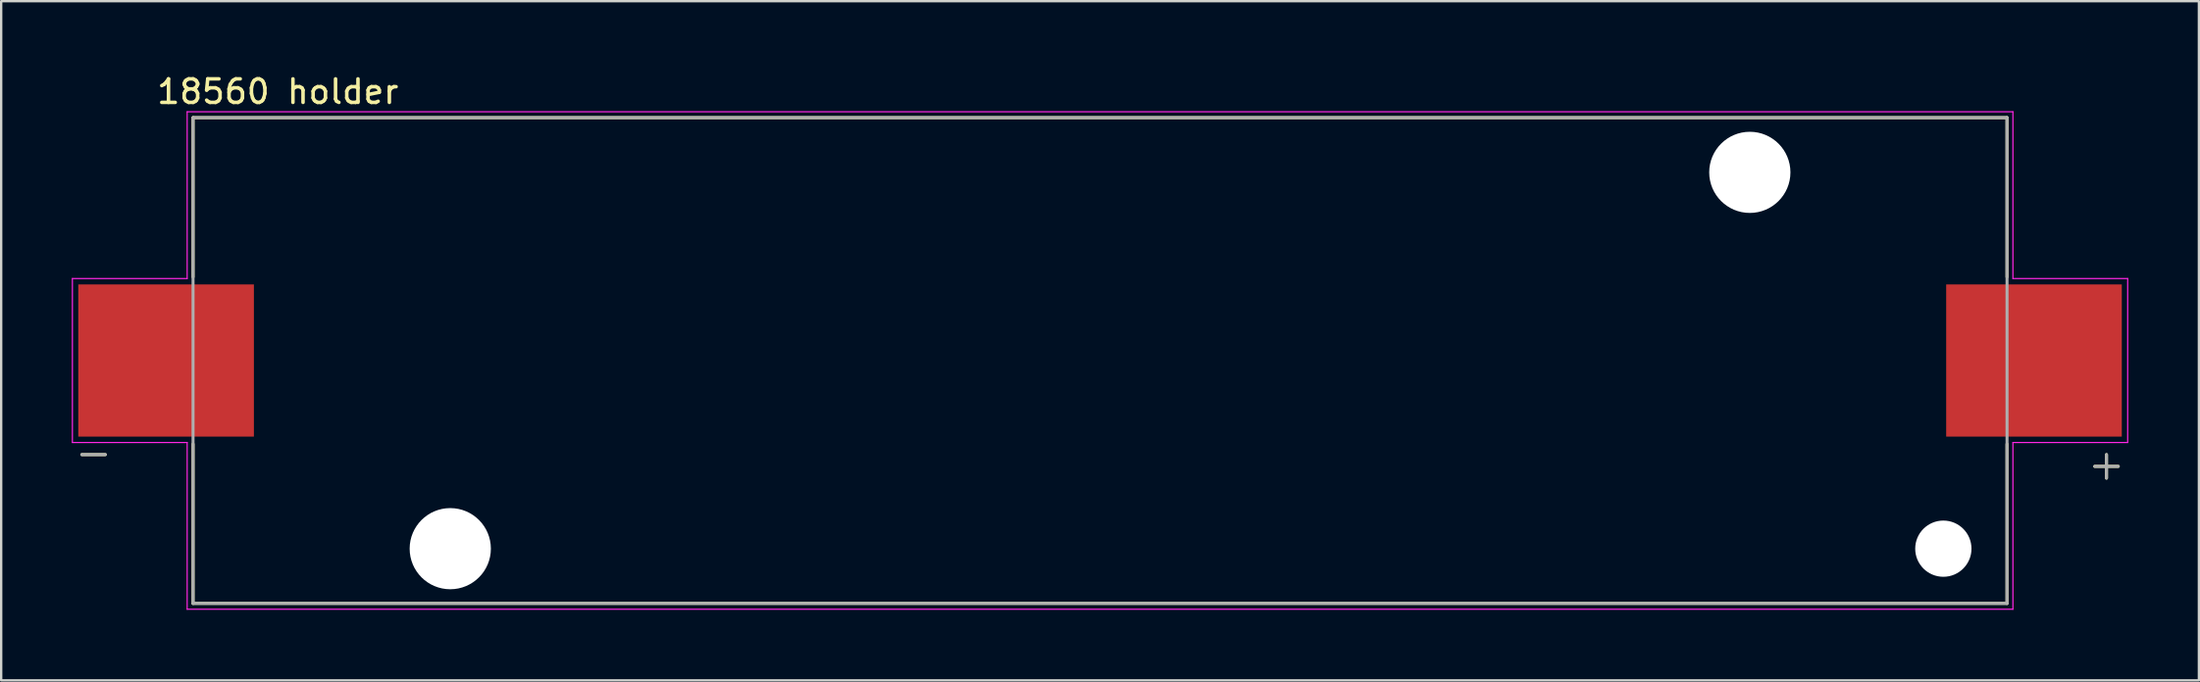
<source format=kicad_pcb>
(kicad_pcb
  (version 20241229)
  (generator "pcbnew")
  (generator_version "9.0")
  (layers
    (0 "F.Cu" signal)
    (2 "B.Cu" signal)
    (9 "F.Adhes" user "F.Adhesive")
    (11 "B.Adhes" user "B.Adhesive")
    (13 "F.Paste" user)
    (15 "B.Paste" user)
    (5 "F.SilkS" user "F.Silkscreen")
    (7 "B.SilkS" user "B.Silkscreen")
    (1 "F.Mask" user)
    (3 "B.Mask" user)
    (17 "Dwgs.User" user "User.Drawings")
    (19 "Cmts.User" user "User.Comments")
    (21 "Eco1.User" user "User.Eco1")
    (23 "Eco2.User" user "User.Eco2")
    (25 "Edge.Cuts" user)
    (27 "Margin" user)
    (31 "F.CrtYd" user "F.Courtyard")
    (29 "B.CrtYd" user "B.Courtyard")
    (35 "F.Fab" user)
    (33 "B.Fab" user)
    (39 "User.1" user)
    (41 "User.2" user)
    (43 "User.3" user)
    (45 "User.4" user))
  (footprint "18560 holder"
    (layer "F.Cu")
    (at 43.675 12.278)
    (property "Reference" "18560 holder" (at -34.925 -11.43 0) (layer "F.SilkS") (effects (font (size 1 1) (thickness 0.15))))
    (attr through_hole)
    (fp_line (start -43.25 4) (end -42.25 4) (stroke (width 0.127) (type solid)) (layer "F.SilkS"))
    (fp_line (start -38.525 -10.325) (end 38.525 -10.325) (stroke (width 0.127) (type solid)) (layer "F.SilkS"))
    (fp_line (start -38.525 -3.55) (end -38.525 -10.325) (stroke (width 0.127) (type solid)) (layer "F.SilkS"))
    (fp_line (start -38.525 10.325) (end -38.525 3.55) (stroke (width 0.127) (type solid)) (layer "F.SilkS"))
    (fp_line (start 38.525 -10.325) (end 38.525 -3.55) (stroke (width 0.127) (type solid)) (layer "F.SilkS"))
    (fp_line (start 38.525 3.55) (end 38.525 10.325) (stroke (width 0.127) (type solid)) (layer "F.SilkS"))
    (fp_line (start 38.525 10.325) (end -38.525 10.325) (stroke (width 0.127) (type solid)) (layer "F.SilkS"))
    (fp_line (start 42.25 4.5) (end 43.25 4.5) (stroke (width 0.127) (type solid)) (layer "F.SilkS"))
    (fp_line (start 42.75 4) (end 42.75 5) (stroke (width 0.127) (type solid)) (layer "F.SilkS"))
    (fp_line (start -43.65 -3.485) (end -38.775 -3.485) (stroke (width 0.05) (type solid)) (layer "F.CrtYd"))
    (fp_line (start -43.65 3.485) (end -43.65 -3.485) (stroke (width 0.05) (type solid)) (layer "F.CrtYd"))
    (fp_line (start -38.775 -10.575) (end 38.775 -10.575) (stroke (width 0.05) (type solid)) (layer "F.CrtYd"))
    (fp_line (start -38.775 -3.485) (end -38.775 -10.575) (stroke (width 0.05) (type solid)) (layer "F.CrtYd"))
    (fp_line (start -38.775 3.485) (end -43.65 3.485) (stroke (width 0.05) (type solid)) (layer "F.CrtYd"))
    (fp_line (start -38.775 10.575) (end -38.775 3.485) (stroke (width 0.05) (type solid)) (layer "F.CrtYd"))
    (fp_line (start 38.775 -10.575) (end 38.775 -3.485) (stroke (width 0.05) (type solid)) (layer "F.CrtYd"))
    (fp_line (start 38.775 -3.485) (end 43.65 -3.485) (stroke (width 0.05) (type solid)) (layer "F.CrtYd"))
    (fp_line (start 38.775 3.485) (end 38.775 10.575) (stroke (width 0.05) (type solid)) (layer "F.CrtYd"))
    (fp_line (start 38.775 10.575) (end -38.775 10.575) (stroke (width 0.05) (type solid)) (layer "F.CrtYd"))
    (fp_line (start 43.65 -3.485) (end 43.65 3.485) (stroke (width 0.05) (type solid)) (layer "F.CrtYd"))
    (fp_line (start 43.65 3.485) (end 38.775 3.485) (stroke (width 0.05) (type solid)) (layer "F.CrtYd"))
    (fp_line (start -43.25 4) (end -42.25 4) (stroke (width 0.127) (type solid)) (layer "F.Fab"))
    (fp_line (start -38.525 -10.325) (end 38.525 -10.325) (stroke (width 0.127) (type solid)) (layer "F.Fab"))
    (fp_line (start -38.525 10.325) (end -38.525 -10.325) (stroke (width 0.127) (type solid)) (layer "F.Fab"))
    (fp_line (start 38.525 -10.325) (end 38.525 10.325) (stroke (width 0.127) (type solid)) (layer "F.Fab"))
    (fp_line (start 38.525 10.325) (end -38.525 10.325) (stroke (width 0.127) (type solid)) (layer "F.Fab"))
    (fp_line (start 42.25 4.5) (end 43.25 4.5) (stroke (width 0.127) (type solid)) (layer "F.Fab"))
    (fp_line (start 42.75 4) (end 42.75 5) (stroke (width 0.127) (type solid)) (layer "F.Fab"))
    (pad "" np_thru_hole circle (at -27.6 8) (size 3.45 3.45) (drill 3.45) (layers "*.Cu" "*.Mask"))
    (pad "" np_thru_hole circle (at 27.6 -8) (size 3.45 3.45) (drill 3.45) (layers "*.Cu" "*.Mask"))
    (pad "" np_thru_hole circle (at 35.82 8) (size 2.39 2.39) (drill 2.39) (layers "*.Cu" "*.Mask"))
    (pad "N" smd rect (at -39.67 0) (size 7.46 6.47) (layers "F.Cu" "F.Mask" "F.Paste"))
    (pad "P" smd rect (at 39.67 0) (size 7.46 6.47) (layers "F.Cu" "F.Mask" "F.Paste")))
  (gr_rect
    (start -3 -3)
    (end 90.35 25.878)
    (stroke (width 0.1) (type default))
    (fill no)
    (layer "Edge.Cuts")))
</source>
